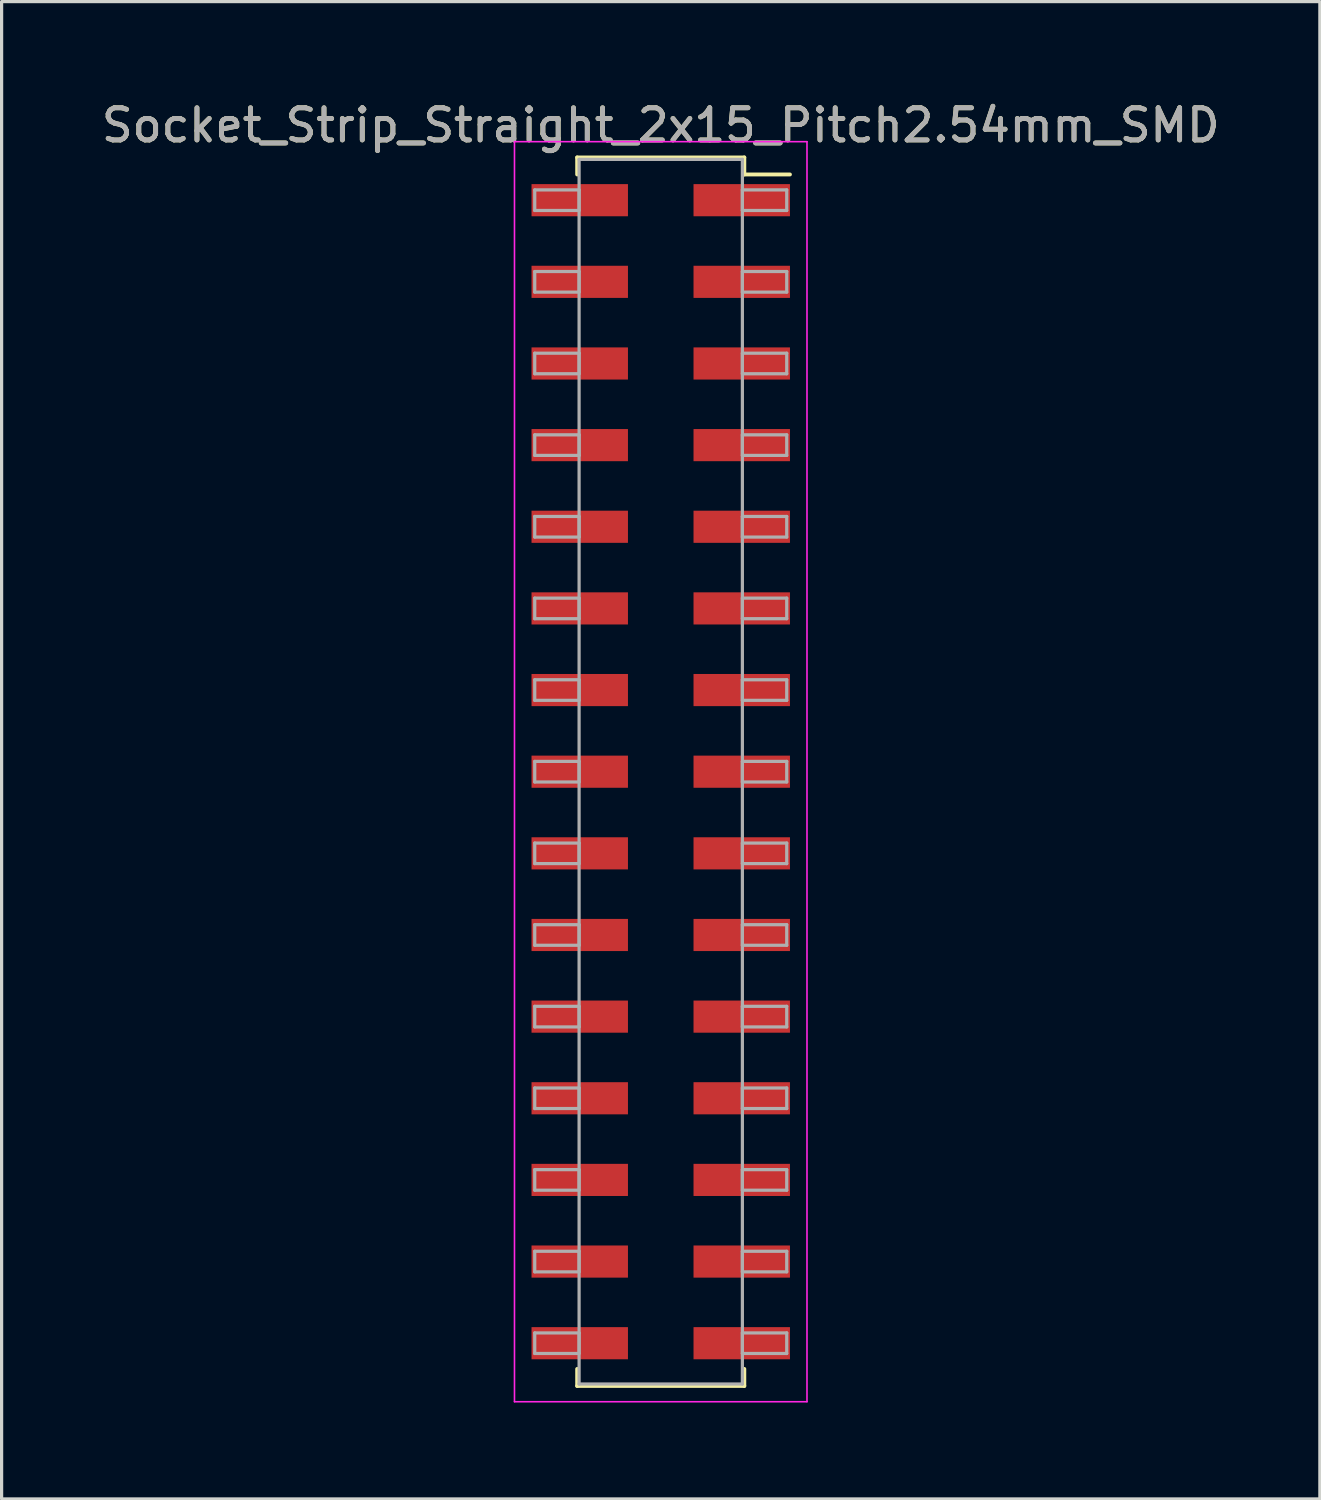
<source format=kicad_pcb>
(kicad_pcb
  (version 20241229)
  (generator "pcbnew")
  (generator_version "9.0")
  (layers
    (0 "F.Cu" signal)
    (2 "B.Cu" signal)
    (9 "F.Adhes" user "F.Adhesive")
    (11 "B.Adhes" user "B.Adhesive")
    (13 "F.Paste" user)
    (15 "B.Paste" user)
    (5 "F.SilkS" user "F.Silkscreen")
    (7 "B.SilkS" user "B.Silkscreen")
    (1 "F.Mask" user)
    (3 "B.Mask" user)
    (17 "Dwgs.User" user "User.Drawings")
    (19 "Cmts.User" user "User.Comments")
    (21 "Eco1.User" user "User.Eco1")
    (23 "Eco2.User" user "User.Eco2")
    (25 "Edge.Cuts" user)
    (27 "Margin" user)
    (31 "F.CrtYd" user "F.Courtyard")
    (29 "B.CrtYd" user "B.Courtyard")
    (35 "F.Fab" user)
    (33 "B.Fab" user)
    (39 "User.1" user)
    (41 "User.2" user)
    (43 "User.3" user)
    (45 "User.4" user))
  (footprint "Socket_Strip_Straight_2x15_Pitch2.54mm_SMD"
    (layer "F.Cu")
    (at 17.506 20.958)
    (property "Reference" "Socket_Strip_Straight_2x15_Pitch2.54mm_SMD" (at 0 -20.11 0) (layer "F.SilkS") (effects (font (size 1 1) (thickness 0.15))))
    (attr smd)
    (fp_line (start -2.6 -19.11) (end 2.6 -19.11) (stroke (width 0.12) (type solid)) (layer "F.SilkS"))
    (fp_line (start -2.6 -18.58) (end -2.6 -19.11) (stroke (width 0.12) (type solid)) (layer "F.SilkS"))
    (fp_line (start -2.6 18.58) (end -2.6 19.11) (stroke (width 0.12) (type solid)) (layer "F.SilkS"))
    (fp_line (start -2.6 19.11) (end 2.6 19.11) (stroke (width 0.12) (type solid)) (layer "F.SilkS"))
    (fp_line (start 2.6 -19.11) (end 2.6 -18.58) (stroke (width 0.12) (type solid)) (layer "F.SilkS"))
    (fp_line (start 2.6 19.11) (end 2.6 18.58) (stroke (width 0.12) (type solid)) (layer "F.SilkS"))
    (fp_line (start 4.02 -18.58) (end 2.6 -18.58) (stroke (width 0.12) (type solid)) (layer "F.SilkS"))
    (fp_line (start -4.55 -19.6) (end -4.55 19.6) (stroke (width 0.05) (type solid)) (layer "F.CrtYd"))
    (fp_line (start -4.55 19.6) (end 4.55 19.6) (stroke (width 0.05) (type solid)) (layer "F.CrtYd"))
    (fp_line (start 4.55 -19.6) (end -4.55 -19.6) (stroke (width 0.05) (type solid)) (layer "F.CrtYd"))
    (fp_line (start 4.55 19.6) (end 4.55 -19.6) (stroke (width 0.05) (type solid)) (layer "F.CrtYd"))
    (fp_line (start -3.92 -18.1) (end -2.54 -18.1) (stroke (width 0.1) (type solid)) (layer "F.Fab"))
    (fp_line (start -3.92 -17.46) (end -3.92 -18.1) (stroke (width 0.1) (type solid)) (layer "F.Fab"))
    (fp_line (start -3.92 -15.56) (end -2.54 -15.56) (stroke (width 0.1) (type solid)) (layer "F.Fab"))
    (fp_line (start -3.92 -14.92) (end -3.92 -15.56) (stroke (width 0.1) (type solid)) (layer "F.Fab"))
    (fp_line (start -3.92 -13.02) (end -2.54 -13.02) (stroke (width 0.1) (type solid)) (layer "F.Fab"))
    (fp_line (start -3.92 -12.38) (end -3.92 -13.02) (stroke (width 0.1) (type solid)) (layer "F.Fab"))
    (fp_line (start -3.92 -10.48) (end -2.54 -10.48) (stroke (width 0.1) (type solid)) (layer "F.Fab"))
    (fp_line (start -3.92 -9.84) (end -3.92 -10.48) (stroke (width 0.1) (type solid)) (layer "F.Fab"))
    (fp_line (start -3.92 -7.94) (end -2.54 -7.94) (stroke (width 0.1) (type solid)) (layer "F.Fab"))
    (fp_line (start -3.92 -7.3) (end -3.92 -7.94) (stroke (width 0.1) (type solid)) (layer "F.Fab"))
    (fp_line (start -3.92 -5.4) (end -2.54 -5.4) (stroke (width 0.1) (type solid)) (layer "F.Fab"))
    (fp_line (start -3.92 -4.76) (end -3.92 -5.4) (stroke (width 0.1) (type solid)) (layer "F.Fab"))
    (fp_line (start -3.92 -2.86) (end -2.54 -2.86) (stroke (width 0.1) (type solid)) (layer "F.Fab"))
    (fp_line (start -3.92 -2.22) (end -3.92 -2.86) (stroke (width 0.1) (type solid)) (layer "F.Fab"))
    (fp_line (start -3.92 -0.32) (end -2.54 -0.32) (stroke (width 0.1) (type solid)) (layer "F.Fab"))
    (fp_line (start -3.92 0.32) (end -3.92 -0.32) (stroke (width 0.1) (type solid)) (layer "F.Fab"))
    (fp_line (start -3.92 2.22) (end -2.54 2.22) (stroke (width 0.1) (type solid)) (layer "F.Fab"))
    (fp_line (start -3.92 2.86) (end -3.92 2.22) (stroke (width 0.1) (type solid)) (layer "F.Fab"))
    (fp_line (start -3.92 4.76) (end -2.54 4.76) (stroke (width 0.1) (type solid)) (layer "F.Fab"))
    (fp_line (start -3.92 5.4) (end -3.92 4.76) (stroke (width 0.1) (type solid)) (layer "F.Fab"))
    (fp_line (start -3.92 7.3) (end -2.54 7.3) (stroke (width 0.1) (type solid)) (layer "F.Fab"))
    (fp_line (start -3.92 7.94) (end -3.92 7.3) (stroke (width 0.1) (type solid)) (layer "F.Fab"))
    (fp_line (start -3.92 9.84) (end -2.54 9.84) (stroke (width 0.1) (type solid)) (layer "F.Fab"))
    (fp_line (start -3.92 10.48) (end -3.92 9.84) (stroke (width 0.1) (type solid)) (layer "F.Fab"))
    (fp_line (start -3.92 12.38) (end -2.54 12.38) (stroke (width 0.1) (type solid)) (layer "F.Fab"))
    (fp_line (start -3.92 13.02) (end -3.92 12.38) (stroke (width 0.1) (type solid)) (layer "F.Fab"))
    (fp_line (start -3.92 14.92) (end -2.54 14.92) (stroke (width 0.1) (type solid)) (layer "F.Fab"))
    (fp_line (start -3.92 15.56) (end -3.92 14.92) (stroke (width 0.1) (type solid)) (layer "F.Fab"))
    (fp_line (start -3.92 17.46) (end -2.54 17.46) (stroke (width 0.1) (type solid)) (layer "F.Fab"))
    (fp_line (start -3.92 18.1) (end -3.92 17.46) (stroke (width 0.1) (type solid)) (layer "F.Fab"))
    (fp_line (start -2.54 -19.05) (end -2.54 19.05) (stroke (width 0.1) (type solid)) (layer "F.Fab"))
    (fp_line (start -2.54 -18.1) (end -2.54 -17.46) (stroke (width 0.1) (type solid)) (layer "F.Fab"))
    (fp_line (start -2.54 -17.46) (end -3.92 -17.46) (stroke (width 0.1) (type solid)) (layer "F.Fab"))
    (fp_line (start -2.54 -15.56) (end -2.54 -14.92) (stroke (width 0.1) (type solid)) (layer "F.Fab"))
    (fp_line (start -2.54 -14.92) (end -3.92 -14.92) (stroke (width 0.1) (type solid)) (layer "F.Fab"))
    (fp_line (start -2.54 -13.02) (end -2.54 -12.38) (stroke (width 0.1) (type solid)) (layer "F.Fab"))
    (fp_line (start -2.54 -12.38) (end -3.92 -12.38) (stroke (width 0.1) (type solid)) (layer "F.Fab"))
    (fp_line (start -2.54 -10.48) (end -2.54 -9.84) (stroke (width 0.1) (type solid)) (layer "F.Fab"))
    (fp_line (start -2.54 -9.84) (end -3.92 -9.84) (stroke (width 0.1) (type solid)) (layer "F.Fab"))
    (fp_line (start -2.54 -7.94) (end -2.54 -7.3) (stroke (width 0.1) (type solid)) (layer "F.Fab"))
    (fp_line (start -2.54 -7.3) (end -3.92 -7.3) (stroke (width 0.1) (type solid)) (layer "F.Fab"))
    (fp_line (start -2.54 -5.4) (end -2.54 -4.76) (stroke (width 0.1) (type solid)) (layer "F.Fab"))
    (fp_line (start -2.54 -4.76) (end -3.92 -4.76) (stroke (width 0.1) (type solid)) (layer "F.Fab"))
    (fp_line (start -2.54 -2.86) (end -2.54 -2.22) (stroke (width 0.1) (type solid)) (layer "F.Fab"))
    (fp_line (start -2.54 -2.22) (end -3.92 -2.22) (stroke (width 0.1) (type solid)) (layer "F.Fab"))
    (fp_line (start -2.54 -0.32) (end -2.54 0.32) (stroke (width 0.1) (type solid)) (layer "F.Fab"))
    (fp_line (start -2.54 0.32) (end -3.92 0.32) (stroke (width 0.1) (type solid)) (layer "F.Fab"))
    (fp_line (start -2.54 2.22) (end -2.54 2.86) (stroke (width 0.1) (type solid)) (layer "F.Fab"))
    (fp_line (start -2.54 2.86) (end -3.92 2.86) (stroke (width 0.1) (type solid)) (layer "F.Fab"))
    (fp_line (start -2.54 4.76) (end -2.54 5.4) (stroke (width 0.1) (type solid)) (layer "F.Fab"))
    (fp_line (start -2.54 5.4) (end -3.92 5.4) (stroke (width 0.1) (type solid)) (layer "F.Fab"))
    (fp_line (start -2.54 7.3) (end -2.54 7.94) (stroke (width 0.1) (type solid)) (layer "F.Fab"))
    (fp_line (start -2.54 7.94) (end -3.92 7.94) (stroke (width 0.1) (type solid)) (layer "F.Fab"))
    (fp_line (start -2.54 9.84) (end -2.54 10.48) (stroke (width 0.1) (type solid)) (layer "F.Fab"))
    (fp_line (start -2.54 10.48) (end -3.92 10.48) (stroke (width 0.1) (type solid)) (layer "F.Fab"))
    (fp_line (start -2.54 12.38) (end -2.54 13.02) (stroke (width 0.1) (type solid)) (layer "F.Fab"))
    (fp_line (start -2.54 13.02) (end -3.92 13.02) (stroke (width 0.1) (type solid)) (layer "F.Fab"))
    (fp_line (start -2.54 14.92) (end -2.54 15.56) (stroke (width 0.1) (type solid)) (layer "F.Fab"))
    (fp_line (start -2.54 15.56) (end -3.92 15.56) (stroke (width 0.1) (type solid)) (layer "F.Fab"))
    (fp_line (start -2.54 17.46) (end -2.54 18.1) (stroke (width 0.1) (type solid)) (layer "F.Fab"))
    (fp_line (start -2.54 18.1) (end -3.92 18.1) (stroke (width 0.1) (type solid)) (layer "F.Fab"))
    (fp_line (start -2.54 19.05) (end 2.54 19.05) (stroke (width 0.1) (type solid)) (layer "F.Fab"))
    (fp_line (start 2.54 -19.05) (end -2.54 -19.05) (stroke (width 0.1) (type solid)) (layer "F.Fab"))
    (fp_line (start 2.54 -18.1) (end 2.54 -17.46) (stroke (width 0.1) (type solid)) (layer "F.Fab"))
    (fp_line (start 2.54 -17.46) (end 3.92 -17.46) (stroke (width 0.1) (type solid)) (layer "F.Fab"))
    (fp_line (start 2.54 -15.56) (end 2.54 -14.92) (stroke (width 0.1) (type solid)) (layer "F.Fab"))
    (fp_line (start 2.54 -14.92) (end 3.92 -14.92) (stroke (width 0.1) (type solid)) (layer "F.Fab"))
    (fp_line (start 2.54 -13.02) (end 2.54 -12.38) (stroke (width 0.1) (type solid)) (layer "F.Fab"))
    (fp_line (start 2.54 -12.38) (end 3.92 -12.38) (stroke (width 0.1) (type solid)) (layer "F.Fab"))
    (fp_line (start 2.54 -10.48) (end 2.54 -9.84) (stroke (width 0.1) (type solid)) (layer "F.Fab"))
    (fp_line (start 2.54 -9.84) (end 3.92 -9.84) (stroke (width 0.1) (type solid)) (layer "F.Fab"))
    (fp_line (start 2.54 -7.94) (end 2.54 -7.3) (stroke (width 0.1) (type solid)) (layer "F.Fab"))
    (fp_line (start 2.54 -7.3) (end 3.92 -7.3) (stroke (width 0.1) (type solid)) (layer "F.Fab"))
    (fp_line (start 2.54 -5.4) (end 2.54 -4.76) (stroke (width 0.1) (type solid)) (layer "F.Fab"))
    (fp_line (start 2.54 -4.76) (end 3.92 -4.76) (stroke (width 0.1) (type solid)) (layer "F.Fab"))
    (fp_line (start 2.54 -2.86) (end 2.54 -2.22) (stroke (width 0.1) (type solid)) (layer "F.Fab"))
    (fp_line (start 2.54 -2.22) (end 3.92 -2.22) (stroke (width 0.1) (type solid)) (layer "F.Fab"))
    (fp_line (start 2.54 -0.32) (end 2.54 0.32) (stroke (width 0.1) (type solid)) (layer "F.Fab"))
    (fp_line (start 2.54 0.32) (end 3.92 0.32) (stroke (width 0.1) (type solid)) (layer "F.Fab"))
    (fp_line (start 2.54 2.22) (end 2.54 2.86) (stroke (width 0.1) (type solid)) (layer "F.Fab"))
    (fp_line (start 2.54 2.86) (end 3.92 2.86) (stroke (width 0.1) (type solid)) (layer "F.Fab"))
    (fp_line (start 2.54 4.76) (end 2.54 5.4) (stroke (width 0.1) (type solid)) (layer "F.Fab"))
    (fp_line (start 2.54 5.4) (end 3.92 5.4) (stroke (width 0.1) (type solid)) (layer "F.Fab"))
    (fp_line (start 2.54 7.3) (end 2.54 7.94) (stroke (width 0.1) (type solid)) (layer "F.Fab"))
    (fp_line (start 2.54 7.94) (end 3.92 7.94) (stroke (width 0.1) (type solid)) (layer "F.Fab"))
    (fp_line (start 2.54 9.84) (end 2.54 10.48) (stroke (width 0.1) (type solid)) (layer "F.Fab"))
    (fp_line (start 2.54 10.48) (end 3.92 10.48) (stroke (width 0.1) (type solid)) (layer "F.Fab"))
    (fp_line (start 2.54 12.38) (end 2.54 13.02) (stroke (width 0.1) (type solid)) (layer "F.Fab"))
    (fp_line (start 2.54 13.02) (end 3.92 13.02) (stroke (width 0.1) (type solid)) (layer "F.Fab"))
    (fp_line (start 2.54 14.92) (end 2.54 15.56) (stroke (width 0.1) (type solid)) (layer "F.Fab"))
    (fp_line (start 2.54 15.56) (end 3.92 15.56) (stroke (width 0.1) (type solid)) (layer "F.Fab"))
    (fp_line (start 2.54 17.46) (end 2.54 18.1) (stroke (width 0.1) (type solid)) (layer "F.Fab"))
    (fp_line (start 2.54 18.1) (end 3.92 18.1) (stroke (width 0.1) (type solid)) (layer "F.Fab"))
    (fp_line (start 2.54 19.05) (end 2.54 -19.05) (stroke (width 0.1) (type solid)) (layer "F.Fab"))
    (fp_line (start 3.92 -18.1) (end 2.54 -18.1) (stroke (width 0.1) (type solid)) (layer "F.Fab"))
    (fp_line (start 3.92 -17.46) (end 3.92 -18.1) (stroke (width 0.1) (type solid)) (layer "F.Fab"))
    (fp_line (start 3.92 -15.56) (end 2.54 -15.56) (stroke (width 0.1) (type solid)) (layer "F.Fab"))
    (fp_line (start 3.92 -14.92) (end 3.92 -15.56) (stroke (width 0.1) (type solid)) (layer "F.Fab"))
    (fp_line (start 3.92 -13.02) (end 2.54 -13.02) (stroke (width 0.1) (type solid)) (layer "F.Fab"))
    (fp_line (start 3.92 -12.38) (end 3.92 -13.02) (stroke (width 0.1) (type solid)) (layer "F.Fab"))
    (fp_line (start 3.92 -10.48) (end 2.54 -10.48) (stroke (width 0.1) (type solid)) (layer "F.Fab"))
    (fp_line (start 3.92 -9.84) (end 3.92 -10.48) (stroke (width 0.1) (type solid)) (layer "F.Fab"))
    (fp_line (start 3.92 -7.94) (end 2.54 -7.94) (stroke (width 0.1) (type solid)) (layer "F.Fab"))
    (fp_line (start 3.92 -7.3) (end 3.92 -7.94) (stroke (width 0.1) (type solid)) (layer "F.Fab"))
    (fp_line (start 3.92 -5.4) (end 2.54 -5.4) (stroke (width 0.1) (type solid)) (layer "F.Fab"))
    (fp_line (start 3.92 -4.76) (end 3.92 -5.4) (stroke (width 0.1) (type solid)) (layer "F.Fab"))
    (fp_line (start 3.92 -2.86) (end 2.54 -2.86) (stroke (width 0.1) (type solid)) (layer "F.Fab"))
    (fp_line (start 3.92 -2.22) (end 3.92 -2.86) (stroke (width 0.1) (type solid)) (layer "F.Fab"))
    (fp_line (start 3.92 -0.32) (end 2.54 -0.32) (stroke (width 0.1) (type solid)) (layer "F.Fab"))
    (fp_line (start 3.92 0.32) (end 3.92 -0.32) (stroke (width 0.1) (type solid)) (layer "F.Fab"))
    (fp_line (start 3.92 2.22) (end 2.54 2.22) (stroke (width 0.1) (type solid)) (layer "F.Fab"))
    (fp_line (start 3.92 2.86) (end 3.92 2.22) (stroke (width 0.1) (type solid)) (layer "F.Fab"))
    (fp_line (start 3.92 4.76) (end 2.54 4.76) (stroke (width 0.1) (type solid)) (layer "F.Fab"))
    (fp_line (start 3.92 5.4) (end 3.92 4.76) (stroke (width 0.1) (type solid)) (layer "F.Fab"))
    (fp_line (start 3.92 7.3) (end 2.54 7.3) (stroke (width 0.1) (type solid)) (layer "F.Fab"))
    (fp_line (start 3.92 7.94) (end 3.92 7.3) (stroke (width 0.1) (type solid)) (layer "F.Fab"))
    (fp_line (start 3.92 9.84) (end 2.54 9.84) (stroke (width 0.1) (type solid)) (layer "F.Fab"))
    (fp_line (start 3.92 10.48) (end 3.92 9.84) (stroke (width 0.1) (type solid)) (layer "F.Fab"))
    (fp_line (start 3.92 12.38) (end 2.54 12.38) (stroke (width 0.1) (type solid)) (layer "F.Fab"))
    (fp_line (start 3.92 13.02) (end 3.92 12.38) (stroke (width 0.1) (type solid)) (layer "F.Fab"))
    (fp_line (start 3.92 14.92) (end 2.54 14.92) (stroke (width 0.1) (type solid)) (layer "F.Fab"))
    (fp_line (start 3.92 15.56) (end 3.92 14.92) (stroke (width 0.1) (type solid)) (layer "F.Fab"))
    (fp_line (start 3.92 17.46) (end 2.54 17.46) (stroke (width 0.1) (type solid)) (layer "F.Fab"))
    (fp_line (start 3.92 18.1) (end 3.92 17.46) (stroke (width 0.1) (type solid)) (layer "F.Fab"))
    (fp_text user "${REFERENCE}" (at 0 -20.11 0) (layer "F.Fab") (effects (font (size 1 1) (thickness 0.15))))
    (pad "1" smd rect (at 2.52 -17.78) (size 3 1) (layers "F.Cu" "F.Mask" "F.Paste"))
    (pad "2" smd rect (at -2.52 -17.78) (size 3 1) (layers "F.Cu" "F.Mask" "F.Paste"))
    (pad "3" smd rect (at 2.52 -15.24) (size 3 1) (layers "F.Cu" "F.Mask" "F.Paste"))
    (pad "4" smd rect (at -2.52 -15.24) (size 3 1) (layers "F.Cu" "F.Mask" "F.Paste"))
    (pad "5" smd rect (at 2.52 -12.7) (size 3 1) (layers "F.Cu" "F.Mask" "F.Paste"))
    (pad "6" smd rect (at -2.52 -12.7) (size 3 1) (layers "F.Cu" "F.Mask" "F.Paste"))
    (pad "7" smd rect (at 2.52 -10.16) (size 3 1) (layers "F.Cu" "F.Mask" "F.Paste"))
    (pad "8" smd rect (at -2.52 -10.16) (size 3 1) (layers "F.Cu" "F.Mask" "F.Paste"))
    (pad "9" smd rect (at 2.52 -7.62) (size 3 1) (layers "F.Cu" "F.Mask" "F.Paste"))
    (pad "10" smd rect (at -2.52 -7.62) (size 3 1) (layers "F.Cu" "F.Mask" "F.Paste"))
    (pad "11" smd rect (at 2.52 -5.08) (size 3 1) (layers "F.Cu" "F.Mask" "F.Paste"))
    (pad "12" smd rect (at -2.52 -5.08) (size 3 1) (layers "F.Cu" "F.Mask" "F.Paste"))
    (pad "13" smd rect (at 2.52 -2.54) (size 3 1) (layers "F.Cu" "F.Mask" "F.Paste"))
    (pad "14" smd rect (at -2.52 -2.54) (size 3 1) (layers "F.Cu" "F.Mask" "F.Paste"))
    (pad "15" smd rect (at 2.52 0) (size 3 1) (layers "F.Cu" "F.Mask" "F.Paste"))
    (pad "16" smd rect (at -2.52 0) (size 3 1) (layers "F.Cu" "F.Mask" "F.Paste"))
    (pad "17" smd rect (at 2.52 2.54) (size 3 1) (layers "F.Cu" "F.Mask" "F.Paste"))
    (pad "18" smd rect (at -2.52 2.54) (size 3 1) (layers "F.Cu" "F.Mask" "F.Paste"))
    (pad "19" smd rect (at 2.52 5.08) (size 3 1) (layers "F.Cu" "F.Mask" "F.Paste"))
    (pad "20" smd rect (at -2.52 5.08) (size 3 1) (layers "F.Cu" "F.Mask" "F.Paste"))
    (pad "21" smd rect (at 2.52 7.62) (size 3 1) (layers "F.Cu" "F.Mask" "F.Paste"))
    (pad "22" smd rect (at -2.52 7.62) (size 3 1) (layers "F.Cu" "F.Mask" "F.Paste"))
    (pad "23" smd rect (at 2.52 10.16) (size 3 1) (layers "F.Cu" "F.Mask" "F.Paste"))
    (pad "24" smd rect (at -2.52 10.16) (size 3 1) (layers "F.Cu" "F.Mask" "F.Paste"))
    (pad "25" smd rect (at 2.52 12.7) (size 3 1) (layers "F.Cu" "F.Mask" "F.Paste"))
    (pad "26" smd rect (at -2.52 12.7) (size 3 1) (layers "F.Cu" "F.Mask" "F.Paste"))
    (pad "27" smd rect (at 2.52 15.24) (size 3 1) (layers "F.Cu" "F.Mask" "F.Paste"))
    (pad "28" smd rect (at -2.52 15.24) (size 3 1) (layers "F.Cu" "F.Mask" "F.Paste"))
    (pad "29" smd rect (at 2.52 17.78) (size 3 1) (layers "F.Cu" "F.Mask" "F.Paste"))
    (pad "30" smd rect (at -2.52 17.78) (size 3 1) (layers "F.Cu" "F.Mask" "F.Paste")))
  (gr_rect
    (start -3 -3)
    (end 38.012 43.583)
    (stroke (width 0.1) (type default))
    (fill no)
    (layer "Edge.Cuts")))
</source>
